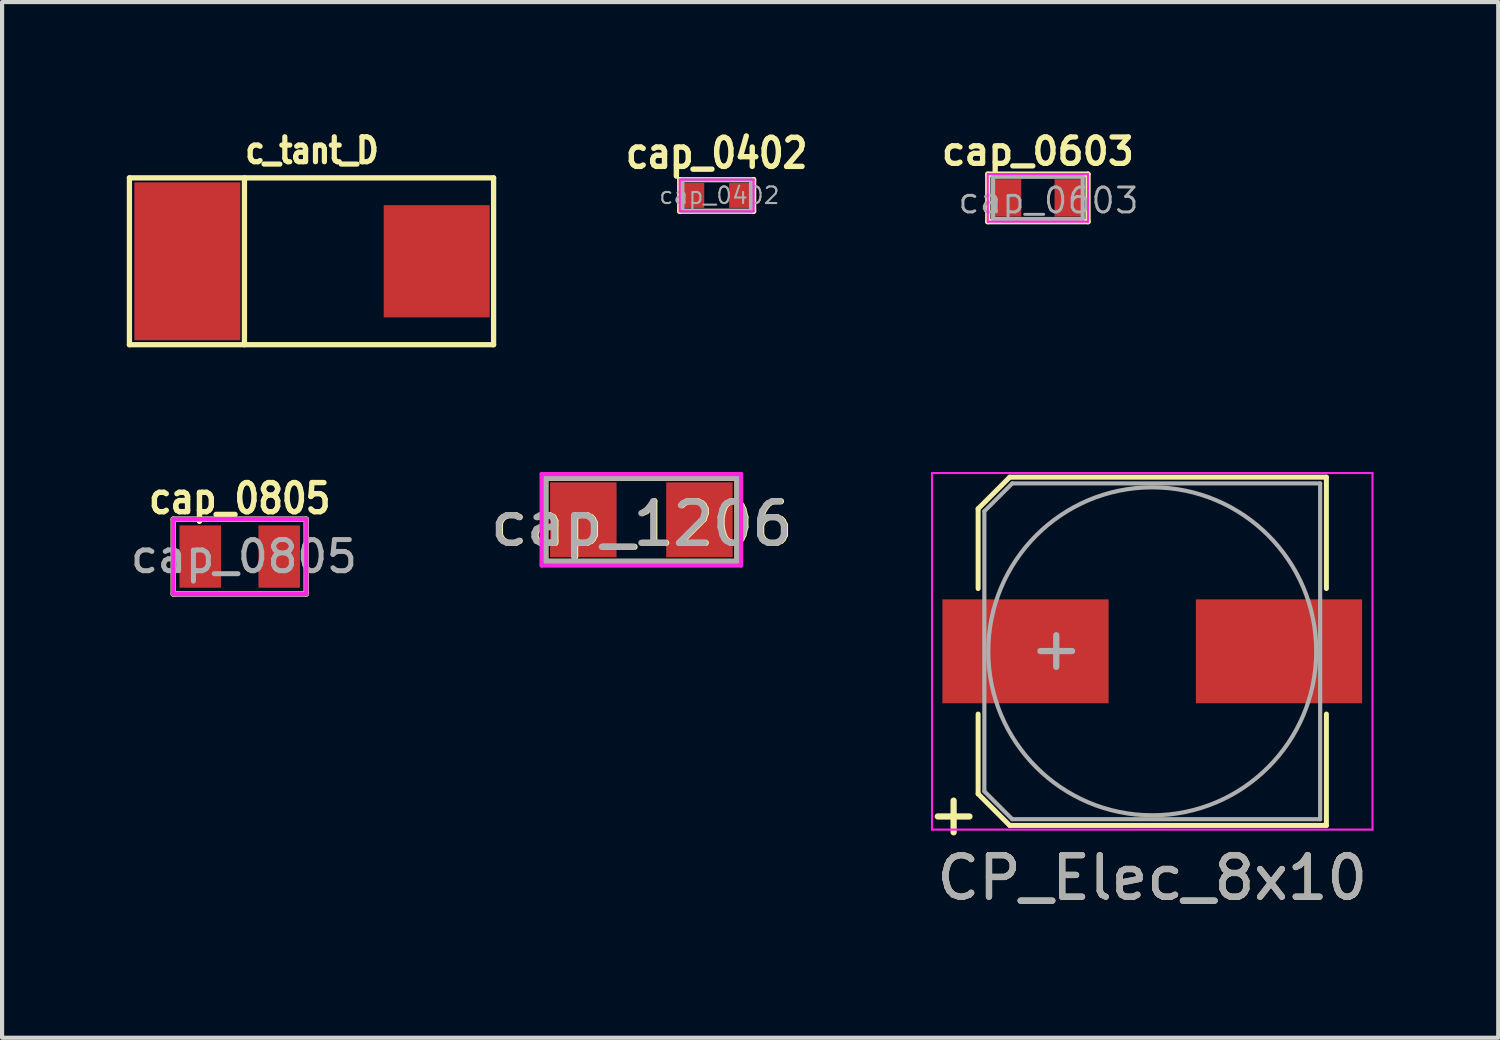
<source format=kicad_pcb>
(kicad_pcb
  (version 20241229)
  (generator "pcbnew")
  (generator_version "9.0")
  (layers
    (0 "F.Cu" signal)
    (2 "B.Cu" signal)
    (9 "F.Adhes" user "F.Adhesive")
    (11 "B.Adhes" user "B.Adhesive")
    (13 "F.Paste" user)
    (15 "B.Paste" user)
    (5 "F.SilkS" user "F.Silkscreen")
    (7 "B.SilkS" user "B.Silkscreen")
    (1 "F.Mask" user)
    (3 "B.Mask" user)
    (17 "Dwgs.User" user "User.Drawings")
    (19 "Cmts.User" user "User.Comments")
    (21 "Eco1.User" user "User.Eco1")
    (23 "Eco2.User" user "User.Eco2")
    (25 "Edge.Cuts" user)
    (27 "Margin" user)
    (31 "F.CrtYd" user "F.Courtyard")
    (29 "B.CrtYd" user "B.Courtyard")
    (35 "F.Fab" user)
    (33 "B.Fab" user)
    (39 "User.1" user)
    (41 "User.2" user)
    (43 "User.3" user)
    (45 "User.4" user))
  (footprint "c_tant_D"
    (layer "F.Cu")
    (at 4.458 3.237)
    (property "Reference" "c_tant_D" (at 0 -2.667 180) (layer "F.SilkS") (effects (font (size 0.6 0.5) (thickness 0.125))))
    (attr through_hole)
    (fp_line (start -4.394 -2.007) (end -4.394 2.007) (stroke (width 0.127) (type solid)) (layer "F.SilkS"))
    (fp_line (start -4.394 2.007) (end 4.369 2.007) (stroke (width 0.127) (type solid)) (layer "F.SilkS"))
    (fp_line (start -1.626 -2.007) (end -1.626 2.007) (stroke (width 0.127) (type solid)) (layer "F.SilkS"))
    (fp_line (start 4.369 -2.007) (end -4.394 -2.007) (stroke (width 0.127) (type solid)) (layer "F.SilkS"))
    (fp_line (start 4.369 2.007) (end 4.369 -2.007) (stroke (width 0.127) (type solid)) (layer "F.SilkS"))
    (pad "1" smd rect (at -3 0) (size 2.55 3.8) (layers "F.Cu" "F.Mask" "F.Paste"))
    (pad "2" smd rect (at 3 0) (size 2.55 2.7) (layers "F.Cu" "F.Mask" "F.Paste")))
  (footprint "cap_0402"
    (layer "F.Cu")
    (at 14.195 1.653)
    (property "Reference" "cap_0402" (at 0 -1.016 0) (layer "F.SilkS") (effects (font (size 0.699 0.599) (thickness 0.13))))
    (attr through_hole)
    (fp_line (start -0.889 -0.381) (end -0.889 0.381) (stroke (width 0.127) (type solid)) (layer "F.SilkS"))
    (fp_line (start -0.889 0.381) (end 0.889 0.381) (stroke (width 0.127) (type solid)) (layer "F.SilkS"))
    (fp_line (start 0.889 -0.381) (end -0.889 -0.381) (stroke (width 0.127) (type solid)) (layer "F.SilkS"))
    (fp_line (start 0.889 0.381) (end 0.889 -0.381) (stroke (width 0.127) (type solid)) (layer "F.SilkS"))
    (fp_line (start -0.889 -0.381) (end -0.889 0.381) (stroke (width 0.05) (type solid)) (layer "F.CrtYd"))
    (fp_line (start -0.889 0.381) (end 0.889 0.381) (stroke (width 0.05) (type solid)) (layer "F.CrtYd"))
    (fp_line (start 0.889 -0.381) (end -0.889 -0.381) (stroke (width 0.05) (type solid)) (layer "F.CrtYd"))
    (fp_line (start 0.889 0.381) (end 0.889 -0.381) (stroke (width 0.05) (type solid)) (layer "F.CrtYd"))
    (fp_line (start -0.826 -0.381) (end 0.826 -0.381) (stroke (width 0.1) (type solid)) (layer "F.Fab"))
    (fp_line (start -0.826 0.381) (end -0.826 -0.381) (stroke (width 0.1) (type solid)) (layer "F.Fab"))
    (fp_line (start 0.826 -0.381) (end 0.826 0.381) (stroke (width 0.1) (type solid)) (layer "F.Fab"))
    (fp_line (start 0.826 0.381) (end -0.826 0.381) (stroke (width 0.1) (type solid)) (layer "F.Fab"))
    (fp_text user "${REFERENCE}" (at 0.064 0 0) (layer "F.Fab") (effects (font (size 0.4 0.4) (thickness 0.05))))
    (pad "1" smd rect (at 0.55 0) (size 0.5 0.6) (layers "F.Cu" "F.Mask" "F.Paste"))
    (pad "2" smd rect (at -0.55 0) (size 0.5 0.6) (layers "F.Cu" "F.Mask" "F.Paste")))
  (footprint "cap_1206"
    (layer "F.Cu")
    (at 12.383 9.457)
    (property "Reference" "cap_1206" (at 0.025 0.1 0) (layer "F.SilkS") (effects (font (size 1 1) (thickness 0.15))))
    (attr through_hole)
    (fp_line (start -2.3 -1) (end -2.3 1) (stroke (width 0.127) (type solid)) (layer "F.SilkS"))
    (fp_line (start -2.3 1) (end 2.3 1) (stroke (width 0.127) (type solid)) (layer "F.SilkS"))
    (fp_line (start 2.3 -1) (end -2.3 -1) (stroke (width 0.127) (type solid)) (layer "F.SilkS"))
    (fp_line (start 2.3 1) (end 2.3 -1) (stroke (width 0.127) (type solid)) (layer "F.SilkS"))
    (fp_line (start -2.4 -1.1) (end 2.4 -1.1) (stroke (width 0.1) (type solid)) (layer "F.CrtYd"))
    (fp_line (start -2.4 1.1) (end -2.4 -1.1) (stroke (width 0.1) (type solid)) (layer "F.CrtYd"))
    (fp_line (start 2.4 -1.1) (end 2.4 1.1) (stroke (width 0.1) (type solid)) (layer "F.CrtYd"))
    (fp_line (start 2.4 1.1) (end -2.4 1.1) (stroke (width 0.1) (type solid)) (layer "F.CrtYd"))
    (fp_line (start -2.3 -1) (end 2.3 -1) (stroke (width 0.12) (type solid)) (layer "F.Fab"))
    (fp_line (start -2.3 1) (end -2.3 -1) (stroke (width 0.12) (type solid)) (layer "F.Fab"))
    (fp_line (start 2.3 -1) (end 2.3 1) (stroke (width 0.12) (type solid)) (layer "F.Fab"))
    (fp_line (start 2.3 1) (end -2.3 1) (stroke (width 0.12) (type solid)) (layer "F.Fab"))
    (fp_text user "${REFERENCE}" (at 0 0.1 0) (layer "F.Fab") (effects (font (size 1 1) (thickness 0.15))))
    (pad "1" smd rect (at 1.397 0) (size 1.6 1.803) (layers "F.Cu" "F.Mask" "F.Paste"))
    (pad "2" smd rect (at -1.397 0) (size 1.6 1.803) (layers "F.Cu" "F.Mask" "F.Paste")))
  (footprint "cap_0603"
    (layer "F.Cu")
    (at 21.924 1.712)
    (property "Reference" "cap_0603" (at 0 -1.118 0) (layer "F.SilkS") (effects (font (size 0.635 0.635) (thickness 0.127))))
    (attr smd)
    (fp_line (start -1.206 -0.572) (end 1.206 -0.572) (stroke (width 0.127) (type solid)) (layer "F.SilkS"))
    (fp_line (start -1.206 0.572) (end -1.206 -0.572) (stroke (width 0.127) (type solid)) (layer "F.SilkS"))
    (fp_line (start 1.206 -0.572) (end 1.206 0.572) (stroke (width 0.127) (type solid)) (layer "F.SilkS"))
    (fp_line (start 1.206 0.572) (end -1.206 0.572) (stroke (width 0.127) (type solid)) (layer "F.SilkS"))
    (fp_line (start -1.206 -0.572) (end 1.206 -0.572) (stroke (width 0.05) (type solid)) (layer "F.CrtYd"))
    (fp_line (start -1.206 0.572) (end -1.206 -0.572) (stroke (width 0.05) (type solid)) (layer "F.CrtYd"))
    (fp_line (start 1.206 -0.572) (end 1.206 0.508) (stroke (width 0.05) (type solid)) (layer "F.CrtYd"))
    (fp_line (start 1.206 0.508) (end 1.206 0.572) (stroke (width 0.05) (type solid)) (layer "F.CrtYd"))
    (fp_line (start 1.206 0.572) (end -1.206 0.572) (stroke (width 0.05) (type solid)) (layer "F.CrtYd"))
    (fp_line (start -1.079 -0.508) (end 1.079 -0.508) (stroke (width 0.1) (type solid)) (layer "F.Fab"))
    (fp_line (start -1.079 0.508) (end -1.079 -0.508) (stroke (width 0.1) (type solid)) (layer "F.Fab"))
    (fp_line (start 1.079 -0.508) (end 1.079 0.508) (stroke (width 0.1) (type solid)) (layer "F.Fab"))
    (fp_line (start 1.079 0.508) (end -1.079 0.508) (stroke (width 0.1) (type solid)) (layer "F.Fab"))
    (fp_text user "${REFERENCE}" (at 0.254 0.064 0) (layer "F.Fab") (effects (font (size 0.6 0.6) (thickness 0.07))))
    (pad "1" smd rect (at 0.75 0) (size 0.7 0.9) (layers "F.Cu" "F.Mask" "F.Paste"))
    (pad "2" smd rect (at -0.75 0) (size 0.7 0.9) (layers "F.Cu" "F.Mask" "F.Paste")))
  (footprint "CP_Elec_8x10"
    (layer "F.Cu")
    (at 24.676 12.622)
    (property "Reference" "CP_Elec_8x10" (at 0 5.45 0) (layer "F.SilkS") (effects (font (size 1 1) (thickness 0.15))))
    (attr smd)
    (fp_line (start -4.19 -3.43) (end -4.19 -1.51) (stroke (width 0.12) (type solid)) (layer "F.SilkS"))
    (fp_line (start -4.19 -3.43) (end -3.43 -4.19) (stroke (width 0.12) (type solid)) (layer "F.SilkS"))
    (fp_line (start -4.19 3.43) (end -4.19 1.51) (stroke (width 0.12) (type solid)) (layer "F.SilkS"))
    (fp_line (start -3.43 -4.19) (end 4.19 -4.19) (stroke (width 0.12) (type solid)) (layer "F.SilkS"))
    (fp_line (start -3.43 4.19) (end -4.19 3.43) (stroke (width 0.12) (type solid)) (layer "F.SilkS"))
    (fp_line (start 4.19 -4.19) (end 4.19 -1.51) (stroke (width 0.12) (type solid)) (layer "F.SilkS"))
    (fp_line (start 4.19 4.19) (end -3.43 4.19) (stroke (width 0.12) (type solid)) (layer "F.SilkS"))
    (fp_line (start 4.19 4.19) (end 4.19 1.51) (stroke (width 0.12) (type solid)) (layer "F.SilkS"))
    (fp_line (start -5.3 -4.29) (end -5.3 4.29) (stroke (width 0.05) (type solid)) (layer "F.CrtYd"))
    (fp_line (start -5.3 -4.29) (end 5.3 -4.29) (stroke (width 0.05) (type solid)) (layer "F.CrtYd"))
    (fp_line (start 5.3 4.29) (end -5.3 4.29) (stroke (width 0.05) (type solid)) (layer "F.CrtYd"))
    (fp_line (start 5.3 4.29) (end 5.3 -4.29) (stroke (width 0.05) (type solid)) (layer "F.CrtYd"))
    (fp_line (start -4.04 -3.37) (end -4.04 3.37) (stroke (width 0.1) (type solid)) (layer "F.Fab"))
    (fp_line (start -4.04 3.37) (end -3.37 4.04) (stroke (width 0.1) (type solid)) (layer "F.Fab"))
    (fp_line (start -3.37 -4.04) (end -4.04 -3.37) (stroke (width 0.1) (type solid)) (layer "F.Fab"))
    (fp_line (start -3.37 4.04) (end 4.04 4.04) (stroke (width 0.1) (type solid)) (layer "F.Fab"))
    (fp_line (start 4.04 -4.04) (end -3.37 -4.04) (stroke (width 0.1) (type solid)) (layer "F.Fab"))
    (fp_line (start 4.04 4.04) (end 4.04 -4.04) (stroke (width 0.1) (type solid)) (layer "F.Fab"))
    (fp_circle (center 0 0) (end -0.6 3.9) (stroke (width 0.1) (type solid)) (fill no) (layer "F.Fab"))
    (fp_text user "+" (at -4.78 3.9 0) (layer "F.SilkS") (effects (font (size 1 1) (thickness 0.15))))
    (fp_text user "+" (at -2.31 -0.08 0) (layer "F.Fab") (effects (font (size 1 1) (thickness 0.15))))
    (fp_text user "${REFERENCE}" (at 0 5.45 0) (layer "F.Fab") (effects (font (size 1 1) (thickness 0.15))))
    (pad "1" smd rect (at -3.05 0 180) (size 4 2.5) (layers "F.Cu" "F.Mask" "F.Paste"))
    (pad "2" smd rect (at 3.05 0 180) (size 4 2.5) (layers "F.Cu" "F.Mask" "F.Paste")))
  (footprint "cap_0805"
    (layer "F.Cu")
    (at 2.719 10.342)
    (property "Reference" "cap_0805" (at 0 -1.397 0) (layer "F.SilkS") (effects (font (size 0.7 0.599) (thickness 0.13))))
    (attr smd)
    (fp_line (start -1.6 -0.9) (end 1.6 -0.9) (stroke (width 0.127) (type solid)) (layer "F.SilkS"))
    (fp_line (start -1.6 0.9) (end -1.6 -0.9) (stroke (width 0.127) (type solid)) (layer "F.SilkS"))
    (fp_line (start 1.6 -0.9) (end 1.6 0.9) (stroke (width 0.127) (type solid)) (layer "F.SilkS"))
    (fp_line (start 1.6 0.9) (end -1.6 0.9) (stroke (width 0.127) (type solid)) (layer "F.SilkS"))
    (fp_line (start -1.6 -0.9) (end 1.6 -0.9) (stroke (width 0.1) (type solid)) (layer "F.CrtYd"))
    (fp_line (start -1.6 0.9) (end -1.6 -0.9) (stroke (width 0.1) (type solid)) (layer "F.CrtYd"))
    (fp_line (start 1.6 -0.9) (end 1.6 0.9) (stroke (width 0.1) (type solid)) (layer "F.CrtYd"))
    (fp_line (start 1.6 0.9) (end -1.6 0.9) (stroke (width 0.1) (type solid)) (layer "F.CrtYd"))
    (fp_line (start -1.6 -0.9) (end 1.6 -0.9) (stroke (width 0.12) (type solid)) (layer "F.Fab"))
    (fp_line (start -1.6 0.9) (end -1.6 -0.9) (stroke (width 0.12) (type solid)) (layer "F.Fab"))
    (fp_line (start 1.6 -0.9) (end 1.6 0.9) (stroke (width 0.12) (type solid)) (layer "F.Fab"))
    (fp_line (start 1.6 0.9) (end -1.6 0.9) (stroke (width 0.12) (type solid)) (layer "F.Fab"))
    (fp_text user "${REFERENCE}" (at 0.1 0 0) (layer "F.Fab") (effects (font (size 0.75 0.75) (thickness 0.12))))
    (pad "1" smd rect (at 0.95 0) (size 1 1.5) (layers "F.Cu" "F.Mask" "F.Paste"))
    (pad "2" smd rect (at -0.95 0) (size 1 1.5) (layers "F.Cu" "F.Mask" "F.Paste")))
  (gr_rect
    (start -3 -3)
    (end 33.001 21.921)
    (stroke (width 0.1) (type default))
    (fill no)
    (layer "Edge.Cuts")))
</source>
